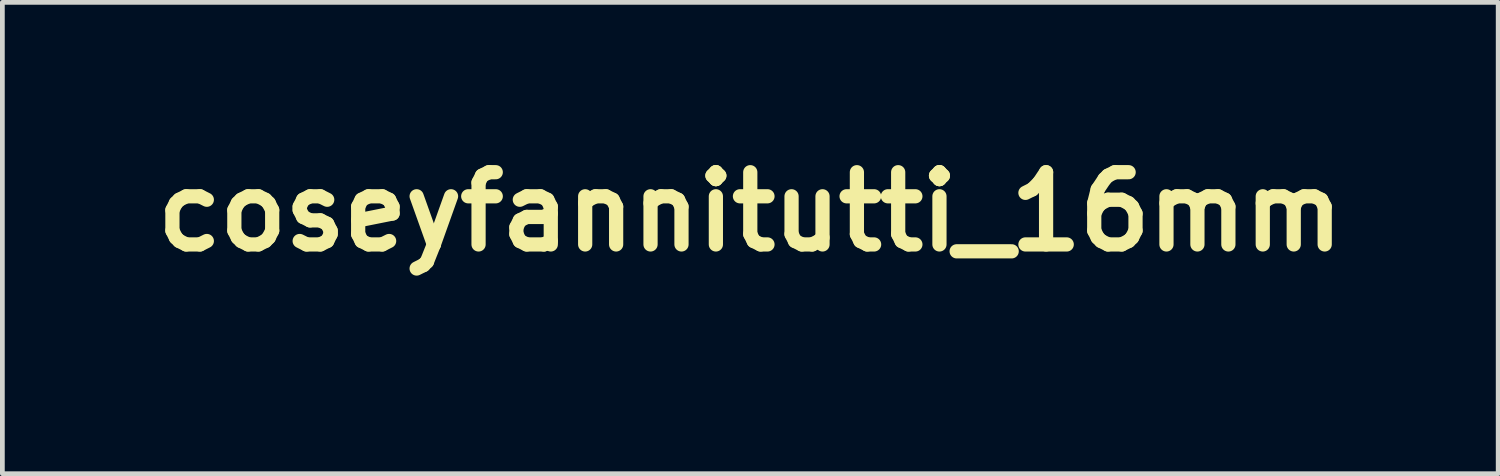
<source format=kicad_pcb>
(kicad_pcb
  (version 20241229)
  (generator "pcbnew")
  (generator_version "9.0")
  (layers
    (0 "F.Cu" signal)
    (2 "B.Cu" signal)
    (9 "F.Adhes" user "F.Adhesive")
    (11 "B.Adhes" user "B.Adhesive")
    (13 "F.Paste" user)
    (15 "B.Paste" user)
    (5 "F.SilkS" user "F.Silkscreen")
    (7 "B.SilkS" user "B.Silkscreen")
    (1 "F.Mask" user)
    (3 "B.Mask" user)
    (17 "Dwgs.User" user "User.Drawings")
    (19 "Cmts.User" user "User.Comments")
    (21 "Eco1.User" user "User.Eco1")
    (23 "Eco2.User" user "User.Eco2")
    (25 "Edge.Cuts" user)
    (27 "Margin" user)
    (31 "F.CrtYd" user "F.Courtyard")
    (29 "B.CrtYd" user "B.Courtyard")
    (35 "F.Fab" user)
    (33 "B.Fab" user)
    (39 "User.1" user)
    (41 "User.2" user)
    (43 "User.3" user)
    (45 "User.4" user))
  (footprint "coseyfannitutti_16mm"
    (layer "F.Cu")
    (at 12.78 1.418)
    (property "Reference" "coseyfannitutti_16mm" (at 0 0 180) (layer "F.SilkS") (effects (font (size 1.524 1.524) (thickness 0.3))))
    (attr through_hole)
    (fp_poly (pts (xy 0.078 0.656) (xy -0.085 0.656) (xy -0.085 0.501) (xy 0.078 0.501) (xy 0.078 0.656)) (stroke (width 0.01) (type solid)) (fill yes) (layer "F.Mask"))
    (fp_poly (pts (xy 0.078 2.039) (xy -0.085 2.039) (xy -0.085 0.896) (xy 0.078 0.896) (xy 0.078 2.039)) (stroke (width 0.01) (type solid)) (fill yes) (layer "F.Mask"))
    (fp_poly (pts (xy 3.224 0.656) (xy 3.062 0.656) (xy 3.062 0.501) (xy 3.224 0.501) (xy 3.224 0.656)) (stroke (width 0.01) (type solid)) (fill yes) (layer "F.Mask"))
    (fp_poly (pts (xy 3.224 2.039) (xy 3.062 2.039) (xy 3.062 0.896) (xy 3.224 0.896) (xy 3.224 2.039)) (stroke (width 0.01) (type solid)) (fill yes) (layer "F.Mask"))
    (fp_poly (pts (xy 0.531 0.728) (xy 0.533 0.893) (xy 0.748 0.896) (xy 0.748 1.044) (xy 0.528 1.044) (xy 0.53 1.42) (xy 0.533 1.796) (xy 0.549 1.829) (xy 0.566 1.856) (xy 0.586 1.875) (xy 0.612 1.887) (xy 0.648 1.894) (xy 0.682 1.897) (xy 0.748 1.9) (xy 0.748 2.046) (xy 0.676 2.046) (xy 0.64 2.044) (xy 0.604 2.042) (xy 0.575 2.038) (xy 0.564 2.036) (xy 0.537 2.029) (xy 0.51 2.02) (xy 0.499 2.015) (xy 0.466 1.993) (xy 0.436 1.96) (xy 0.41 1.922) (xy 0.393 1.885) (xy 0.39 1.875) (xy 0.387 1.864) (xy 0.385 1.853) (xy 0.383 1.84) (xy 0.381 1.823) (xy 0.38 1.802) (xy 0.379 1.774) (xy 0.378 1.74) (xy 0.377 1.697) (xy 0.377 1.645) (xy 0.376 1.582) (xy 0.376 1.507) (xy 0.376 1.441) (xy 0.373 1.044) (xy 0.254 1.044) (xy 0.254 0.896) (xy 0.374 0.896) (xy 0.374 0.564) (xy 0.529 0.564) (xy 0.531 0.728)) (stroke (width 0.01) (type solid)) (fill yes) (layer "F.Mask"))
    (fp_poly (pts (xy -3.041 0.586) (xy -3.115 0.586) (xy -3.157 0.586) (xy -3.188 0.589) (xy -3.212 0.595) (xy -3.23 0.605) (xy -3.247 0.619) (xy -3.263 0.638) (xy -3.274 0.664) (xy -3.282 0.697) (xy -3.286 0.74) (xy -3.288 0.795) (xy -3.288 0.802) (xy -3.288 0.896) (xy -3.041 0.896) (xy -3.041 1.03) (xy -3.288 1.03) (xy -3.288 2.039) (xy -3.45 2.039) (xy -3.45 1.03) (xy -3.57 1.03) (xy -3.57 0.896) (xy -3.51 0.896) (xy -3.483 0.896) (xy -3.462 0.895) (xy -3.451 0.895) (xy -3.449 0.894) (xy -3.449 0.887) (xy -3.448 0.868) (xy -3.447 0.839) (xy -3.445 0.803) (xy -3.443 0.766) (xy -3.441 0.717) (xy -3.439 0.68) (xy -3.436 0.652) (xy -3.432 0.63) (xy -3.427 0.611) (xy -3.423 0.598) (xy -3.398 0.551) (xy -3.362 0.509) (xy -3.319 0.475) (xy -3.293 0.462) (xy -3.275 0.454) (xy -3.258 0.448) (xy -3.24 0.444) (xy -3.218 0.442) (xy -3.187 0.44) (xy -3.146 0.439) (xy -3.145 0.439) (xy -3.041 0.436) (xy -3.041 0.586)) (stroke (width 0.01) (type solid)) (fill yes) (layer "F.Mask"))
    (fp_poly (pts (xy 2.046 0.896) (xy 2.265 0.896) (xy 2.265 1.044) (xy 2.046 1.044) (xy 2.046 1.416) (xy 2.047 1.502) (xy 2.047 1.575) (xy 2.047 1.636) (xy 2.048 1.687) (xy 2.049 1.728) (xy 2.05 1.761) (xy 2.053 1.787) (xy 2.055 1.807) (xy 2.059 1.822) (xy 2.063 1.834) (xy 2.068 1.843) (xy 2.074 1.852) (xy 2.079 1.857) (xy 2.106 1.878) (xy 2.143 1.892) (xy 2.192 1.897) (xy 2.207 1.898) (xy 2.265 1.898) (xy 2.265 2.046) (xy 2.193 2.045) (xy 2.158 2.044) (xy 2.125 2.043) (xy 2.098 2.04) (xy 2.088 2.039) (xy 2.032 2.024) (xy 1.985 1.998) (xy 1.947 1.961) (xy 1.919 1.914) (xy 1.899 1.856) (xy 1.891 1.81) (xy 1.889 1.793) (xy 1.888 1.764) (xy 1.887 1.724) (xy 1.886 1.674) (xy 1.885 1.616) (xy 1.885 1.553) (xy 1.884 1.484) (xy 1.884 1.413) (xy 1.884 1.402) (xy 1.884 1.044) (xy 1.771 1.044) (xy 1.771 0.896) (xy 1.884 0.896) (xy 1.884 0.564) (xy 2.046 0.564) (xy 2.046 0.896)) (stroke (width 0.01) (type solid)) (fill yes) (layer "F.Mask"))
    (fp_poly (pts (xy 2.639 0.896) (xy 2.857 0.896) (xy 2.857 1.044) (xy 2.639 1.044) (xy 2.639 1.414) (xy 2.639 1.498) (xy 2.639 1.569) (xy 2.639 1.628) (xy 2.64 1.676) (xy 2.641 1.715) (xy 2.642 1.746) (xy 2.643 1.77) (xy 2.644 1.788) (xy 2.646 1.801) (xy 2.649 1.811) (xy 2.65 1.814) (xy 2.666 1.847) (xy 2.688 1.872) (xy 2.719 1.887) (xy 2.759 1.896) (xy 2.799 1.898) (xy 2.857 1.898) (xy 2.857 2.046) (xy 2.785 2.045) (xy 2.75 2.044) (xy 2.717 2.043) (xy 2.69 2.04) (xy 2.68 2.039) (xy 2.624 2.024) (xy 2.578 1.998) (xy 2.54 1.962) (xy 2.511 1.915) (xy 2.493 1.865) (xy 2.49 1.855) (xy 2.488 1.842) (xy 2.486 1.826) (xy 2.484 1.806) (xy 2.483 1.78) (xy 2.482 1.747) (xy 2.481 1.706) (xy 2.48 1.656) (xy 2.48 1.595) (xy 2.479 1.522) (xy 2.478 1.437) (xy 2.478 1.434) (xy 2.476 1.044) (xy 2.364 1.044) (xy 2.364 0.896) (xy 2.477 0.896) (xy 2.477 0.564) (xy 2.639 0.564) (xy 2.639 0.896)) (stroke (width 0.01) (type solid)) (fill yes) (layer "F.Mask"))
    (fp_poly (pts (xy 1.094 1.329) (xy 1.094 1.423) (xy 1.094 1.504) (xy 1.094 1.573) (xy 1.095 1.631) (xy 1.096 1.679) (xy 1.097 1.719) (xy 1.099 1.751) (xy 1.101 1.776) (xy 1.105 1.796) (xy 1.109 1.812) (xy 1.113 1.824) (xy 1.119 1.834) (xy 1.126 1.843) (xy 1.134 1.852) (xy 1.135 1.853) (xy 1.157 1.874) (xy 1.182 1.889) (xy 1.212 1.898) (xy 1.251 1.903) (xy 1.268 1.904) (xy 1.3 1.905) (xy 1.323 1.904) (xy 1.341 1.901) (xy 1.358 1.894) (xy 1.372 1.888) (xy 1.4 1.871) (xy 1.42 1.852) (xy 1.431 1.836) (xy 1.45 1.803) (xy 1.452 1.349) (xy 1.454 0.896) (xy 1.616 0.896) (xy 1.616 2.039) (xy 1.454 2.039) (xy 1.452 1.982) (xy 1.45 1.925) (xy 1.428 1.956) (xy 1.393 1.995) (xy 1.348 2.025) (xy 1.306 2.042) (xy 1.27 2.049) (xy 1.226 2.052) (xy 1.182 2.051) (xy 1.141 2.047) (xy 1.121 2.042) (xy 1.069 2.019) (xy 1.025 1.984) (xy 0.988 1.937) (xy 0.958 1.878) (xy 0.942 1.838) (xy 0.94 1.367) (xy 0.938 0.896) (xy 1.094 0.896) (xy 1.094 1.329)) (stroke (width 0.01) (type solid)) (fill yes) (layer "F.Mask"))
    (fp_poly (pts (xy -0.554 0.885) (xy -0.498 0.904) (xy -0.452 0.932) (xy -0.415 0.971) (xy -0.386 1.02) (xy -0.365 1.08) (xy -0.353 1.135) (xy -0.352 1.154) (xy -0.35 1.187) (xy -0.349 1.234) (xy -0.348 1.293) (xy -0.347 1.364) (xy -0.346 1.448) (xy -0.346 1.542) (xy -0.346 1.612) (xy -0.346 2.039) (xy -0.508 2.039) (xy -0.508 1.608) (xy -0.508 1.505) (xy -0.509 1.414) (xy -0.509 1.336) (xy -0.51 1.271) (xy -0.511 1.219) (xy -0.513 1.181) (xy -0.514 1.157) (xy -0.516 1.148) (xy -0.533 1.103) (xy -0.561 1.069) (xy -0.599 1.044) (xy -0.647 1.029) (xy -0.677 1.025) (xy -0.728 1.026) (xy -0.774 1.036) (xy -0.811 1.055) (xy -0.824 1.066) (xy -0.837 1.079) (xy -0.847 1.092) (xy -0.857 1.105) (xy -0.864 1.121) (xy -0.871 1.141) (xy -0.876 1.164) (xy -0.88 1.193) (xy -0.883 1.229) (xy -0.885 1.272) (xy -0.887 1.324) (xy -0.888 1.386) (xy -0.889 1.458) (xy -0.889 1.543) (xy -0.889 1.638) (xy -0.889 2.039) (xy -1.044 2.039) (xy -1.044 0.896) (xy -0.891 0.896) (xy -0.886 0.918) (xy -0.884 0.937) (xy -0.882 0.964) (xy -0.882 0.983) (xy -0.882 1.026) (xy -0.862 0.994) (xy -0.825 0.949) (xy -0.78 0.914) (xy -0.727 0.89) (xy -0.669 0.877) (xy -0.606 0.877) (xy -0.554 0.885)) (stroke (width 0.01) (type solid)) (fill yes) (layer "F.Mask"))
    (fp_poly (pts (xy -1.535 0.88) (xy -1.507 0.882) (xy -1.483 0.887) (xy -1.459 0.895) (xy -1.457 0.896) (xy -1.411 0.921) (xy -1.369 0.957) (xy -1.337 1) (xy -1.331 1.011) (xy -1.324 1.026) (xy -1.317 1.041) (xy -1.311 1.057) (xy -1.307 1.074) (xy -1.303 1.095) (xy -1.299 1.119) (xy -1.296 1.149) (xy -1.294 1.185) (xy -1.292 1.228) (xy -1.291 1.28) (xy -1.29 1.341) (xy -1.288 1.414) (xy -1.287 1.498) (xy -1.286 1.593) (xy -1.282 2.039) (xy -1.446 2.039) (xy -1.448 1.596) (xy -1.448 1.503) (xy -1.449 1.422) (xy -1.449 1.353) (xy -1.45 1.295) (xy -1.451 1.247) (xy -1.453 1.207) (xy -1.455 1.176) (xy -1.458 1.15) (xy -1.461 1.13) (xy -1.466 1.115) (xy -1.472 1.103) (xy -1.479 1.093) (xy -1.487 1.084) (xy -1.497 1.075) (xy -1.507 1.066) (xy -1.543 1.042) (xy -1.585 1.028) (xy -1.635 1.024) (xy -1.658 1.025) (xy -1.709 1.034) (xy -1.751 1.055) (xy -1.784 1.087) (xy -1.808 1.129) (xy -1.819 1.168) (xy -1.821 1.184) (xy -1.823 1.211) (xy -1.824 1.25) (xy -1.825 1.301) (xy -1.826 1.364) (xy -1.827 1.439) (xy -1.827 1.529) (xy -1.827 1.624) (xy -1.827 2.039) (xy -1.99 2.039) (xy -1.99 0.896) (xy -1.827 0.896) (xy -1.827 1.033) (xy -1.807 1.002) (xy -1.767 0.952) (xy -1.719 0.914) (xy -1.69 0.898) (xy -1.669 0.889) (xy -1.65 0.883) (xy -1.63 0.88) (xy -1.604 0.879) (xy -1.573 0.879) (xy -1.535 0.88)) (stroke (width 0.01) (type solid)) (fill yes) (layer "F.Mask"))
    (fp_poly (pts (xy 6.683 0.424) (xy 6.727 0.427) (xy 6.763 0.433) (xy 6.769 0.434) (xy 6.834 0.457) (xy 6.888 0.491) (xy 6.934 0.535) (xy 6.969 0.589) (xy 6.994 0.652) (xy 7.01 0.725) (xy 7.015 0.807) (xy 7.015 0.808) (xy 7.01 0.89) (xy 6.996 0.972) (xy 6.971 1.055) (xy 6.936 1.143) (xy 6.907 1.203) (xy 6.894 1.227) (xy 6.875 1.262) (xy 6.85 1.305) (xy 6.82 1.356) (xy 6.787 1.413) (xy 6.75 1.475) (xy 6.711 1.539) (xy 6.672 1.606) (xy 6.632 1.672) (xy 6.592 1.737) (xy 6.554 1.798) (xy 6.521 1.852) (xy 6.499 1.887) (xy 6.756 1.889) (xy 7.013 1.891) (xy 7.013 2.039) (xy 6.301 2.039) (xy 6.301 1.908) (xy 6.499 1.573) (xy 6.538 1.507) (xy 6.576 1.443) (xy 6.612 1.38) (xy 6.646 1.322) (xy 6.677 1.27) (xy 6.703 1.225) (xy 6.723 1.188) (xy 6.738 1.161) (xy 6.742 1.154) (xy 6.784 1.066) (xy 6.816 0.983) (xy 6.837 0.904) (xy 6.848 0.83) (xy 6.848 0.763) (xy 6.837 0.703) (xy 6.818 0.655) (xy 6.792 0.617) (xy 6.76 0.591) (xy 6.721 0.575) (xy 6.673 0.57) (xy 6.668 0.57) (xy 6.62 0.574) (xy 6.581 0.588) (xy 6.546 0.613) (xy 6.53 0.629) (xy 6.503 0.665) (xy 6.483 0.707) (xy 6.469 0.758) (xy 6.461 0.813) (xy 6.453 0.882) (xy 6.291 0.882) (xy 6.296 0.81) (xy 6.304 0.735) (xy 6.321 0.666) (xy 6.344 0.605) (xy 6.347 0.598) (xy 6.378 0.551) (xy 6.419 0.508) (xy 6.466 0.471) (xy 6.517 0.444) (xy 6.558 0.43) (xy 6.593 0.425) (xy 6.636 0.423) (xy 6.683 0.424)) (stroke (width 0.01) (type solid)) (fill yes) (layer "F.Mask"))
    (fp_poly (pts (xy 4.839 0.423) (xy 4.883 0.426) (xy 4.92 0.432) (xy 4.928 0.434) (xy 4.992 0.457) (xy 5.048 0.491) (xy 5.093 0.536) (xy 5.129 0.591) (xy 5.156 0.656) (xy 5.162 0.677) (xy 5.169 0.717) (xy 5.173 0.766) (xy 5.174 0.82) (xy 5.171 0.874) (xy 5.165 0.923) (xy 5.162 0.942) (xy 5.153 0.979) (xy 5.143 1.015) (xy 5.132 1.051) (xy 5.118 1.088) (xy 5.102 1.127) (xy 5.082 1.169) (xy 5.058 1.217) (xy 5.029 1.269) (xy 4.995 1.329) (xy 4.956 1.397) (xy 4.91 1.474) (xy 4.857 1.561) (xy 4.846 1.58) (xy 4.659 1.887) (xy 4.915 1.889) (xy 5.172 1.891) (xy 5.172 2.039) (xy 4.459 2.039) (xy 4.459 1.909) (xy 4.668 1.556) (xy 4.708 1.489) (xy 4.746 1.423) (xy 4.782 1.361) (xy 4.816 1.303) (xy 4.846 1.25) (xy 4.872 1.205) (xy 4.893 1.168) (xy 4.908 1.141) (xy 4.914 1.129) (xy 4.952 1.046) (xy 4.98 0.967) (xy 4.999 0.892) (xy 5.008 0.823) (xy 5.007 0.771) (xy 5.002 0.727) (xy 4.993 0.693) (xy 4.98 0.663) (xy 4.965 0.638) (xy 4.935 0.604) (xy 4.899 0.582) (xy 4.854 0.571) (xy 4.828 0.57) (xy 4.78 0.574) (xy 4.741 0.587) (xy 4.707 0.611) (xy 4.689 0.629) (xy 4.663 0.663) (xy 4.644 0.702) (xy 4.63 0.749) (xy 4.621 0.806) (xy 4.62 0.812) (xy 4.612 0.882) (xy 4.452 0.882) (xy 4.452 0.834) (xy 4.455 0.788) (xy 4.463 0.737) (xy 4.475 0.685) (xy 4.489 0.638) (xy 4.502 0.609) (xy 4.536 0.554) (xy 4.58 0.506) (xy 4.631 0.467) (xy 4.687 0.44) (xy 4.717 0.431) (xy 4.75 0.425) (xy 4.793 0.423) (xy 4.839 0.423)) (stroke (width 0.01) (type solid)) (fill yes) (layer "F.Mask"))
    (fp_poly (pts (xy -4.803 0.885) (xy -4.741 0.905) (xy -4.685 0.936) (xy -4.639 0.976) (xy -4.603 1.025) (xy -4.597 1.037) (xy -4.585 1.061) (xy -4.576 1.082) (xy -4.569 1.104) (xy -4.564 1.128) (xy -4.56 1.157) (xy -4.557 1.191) (xy -4.555 1.234) (xy -4.553 1.287) (xy -4.553 1.339) (xy -4.549 1.531) (xy -5.074 1.531) (xy -5.071 1.649) (xy -5.07 1.697) (xy -5.068 1.733) (xy -5.065 1.76) (xy -5.061 1.779) (xy -5.057 1.794) (xy -5.056 1.795) (xy -5.03 1.84) (xy -4.997 1.873) (xy -4.956 1.894) (xy -4.907 1.904) (xy -4.884 1.905) (xy -4.85 1.903) (xy -4.82 1.898) (xy -4.806 1.894) (xy -4.768 1.871) (xy -4.738 1.837) (xy -4.717 1.795) (xy -4.708 1.756) (xy -4.704 1.722) (xy -4.551 1.722) (xy -4.551 1.759) (xy -4.558 1.82) (xy -4.577 1.879) (xy -4.607 1.932) (xy -4.639 1.968) (xy -4.684 2.004) (xy -4.732 2.029) (xy -4.785 2.045) (xy -4.847 2.052) (xy -4.882 2.052) (xy -4.916 2.051) (xy -4.948 2.049) (xy -4.973 2.047) (xy -4.98 2.046) (xy -5.039 2.027) (xy -5.092 1.996) (xy -5.139 1.954) (xy -5.177 1.902) (xy -5.207 1.842) (xy -5.219 1.806) (xy -5.222 1.793) (xy -5.225 1.78) (xy -5.227 1.763) (xy -5.228 1.743) (xy -5.23 1.717) (xy -5.231 1.683) (xy -5.231 1.642) (xy -5.232 1.59) (xy -5.232 1.526) (xy -5.232 1.475) (xy -5.232 1.397) (xy -5.231 1.332) (xy -5.231 1.299) (xy -5.073 1.299) (xy -5.073 1.383) (xy -4.713 1.383) (xy -4.713 1.285) (xy -4.714 1.232) (xy -4.717 1.19) (xy -4.723 1.156) (xy -4.732 1.128) (xy -4.746 1.102) (xy -4.751 1.093) (xy -4.78 1.062) (xy -4.817 1.04) (xy -4.859 1.027) (xy -4.903 1.024) (xy -4.946 1.032) (xy -4.985 1.05) (xy -5.003 1.064) (xy -5.028 1.09) (xy -5.046 1.119) (xy -5.059 1.154) (xy -5.068 1.198) (xy -5.072 1.251) (xy -5.073 1.299) (xy -5.231 1.299) (xy -5.23 1.278) (xy -5.229 1.233) (xy -5.227 1.196) (xy -5.224 1.166) (xy -5.219 1.14) (xy -5.214 1.117) (xy -5.207 1.096) (xy -5.198 1.075) (xy -5.188 1.052) (xy -5.185 1.047) (xy -5.152 0.993) (xy -5.109 0.948) (xy -5.058 0.914) (xy -5 0.89) (xy -4.935 0.877) (xy -4.866 0.876) (xy -4.803 0.885)) (stroke (width 0.01) (type solid)) (fill yes) (layer "F.Mask"))
    (fp_poly (pts (xy -7.375 0.877) (xy -7.303 0.888) (xy -7.24 0.91) (xy -7.185 0.942) (xy -7.139 0.984) (xy -7.104 1.036) (xy -7.083 1.082) (xy -7.078 1.103) (xy -7.072 1.131) (xy -7.067 1.162) (xy -7.063 1.192) (xy -7.06 1.218) (xy -7.06 1.237) (xy -7.062 1.246) (xy -7.07 1.247) (xy -7.089 1.248) (xy -7.115 1.249) (xy -7.137 1.249) (xy -7.209 1.249) (xy -7.214 1.202) (xy -7.221 1.156) (xy -7.235 1.119) (xy -7.255 1.089) (xy -7.262 1.081) (xy -7.29 1.056) (xy -7.318 1.039) (xy -7.351 1.03) (xy -7.392 1.027) (xy -7.405 1.027) (xy -7.451 1.029) (xy -7.487 1.038) (xy -7.517 1.053) (xy -7.543 1.077) (xy -7.549 1.084) (xy -7.559 1.097) (xy -7.567 1.109) (xy -7.574 1.121) (xy -7.579 1.136) (xy -7.583 1.155) (xy -7.586 1.178) (xy -7.589 1.208) (xy -7.59 1.246) (xy -7.591 1.292) (xy -7.592 1.349) (xy -7.592 1.418) (xy -7.592 1.474) (xy -7.592 1.774) (xy -7.575 1.81) (xy -7.55 1.85) (xy -7.518 1.878) (xy -7.477 1.896) (xy -7.427 1.904) (xy -7.409 1.905) (xy -7.364 1.903) (xy -7.328 1.895) (xy -7.297 1.881) (xy -7.269 1.859) (xy -7.266 1.856) (xy -7.237 1.818) (xy -7.218 1.772) (xy -7.211 1.724) (xy -7.211 1.724) (xy -7.211 1.7) (xy -7.056 1.7) (xy -7.056 1.72) (xy -7.061 1.776) (xy -7.076 1.834) (xy -7.098 1.889) (xy -7.127 1.936) (xy -7.15 1.963) (xy -7.189 1.994) (xy -7.236 2.021) (xy -7.287 2.04) (xy -7.308 2.045) (xy -7.342 2.05) (xy -7.383 2.052) (xy -7.428 2.052) (xy -7.471 2.05) (xy -7.506 2.045) (xy -7.52 2.042) (xy -7.584 2.019) (xy -7.638 1.986) (xy -7.682 1.942) (xy -7.716 1.889) (xy -7.74 1.826) (xy -7.741 1.824) (xy -7.743 1.812) (xy -7.745 1.796) (xy -7.747 1.774) (xy -7.748 1.745) (xy -7.749 1.707) (xy -7.75 1.66) (xy -7.75 1.602) (xy -7.75 1.532) (xy -7.751 1.464) (xy -7.751 1.388) (xy -7.75 1.325) (xy -7.75 1.273) (xy -7.75 1.231) (xy -7.749 1.197) (xy -7.748 1.171) (xy -7.747 1.151) (xy -7.745 1.135) (xy -7.743 1.122) (xy -7.74 1.111) (xy -7.737 1.101) (xy -7.734 1.094) (xy -7.705 1.03) (xy -7.666 0.977) (xy -7.619 0.935) (xy -7.563 0.904) (xy -7.5 0.884) (xy -7.428 0.876) (xy -7.375 0.877)) (stroke (width 0.01) (type solid)) (fill yes) (layer "F.Mask"))
    (fp_poly (pts (xy -4.231 0.933) (xy -4.227 0.948) (xy -4.219 0.975) (xy -4.209 1.012) (xy -4.196 1.058) (xy -4.182 1.111) (xy -4.166 1.17) (xy -4.149 1.232) (xy -4.132 1.295) (xy -4.115 1.36) (xy -4.097 1.423) (xy -4.081 1.483) (xy -4.066 1.538) (xy -4.053 1.588) (xy -4.042 1.629) (xy -4.033 1.661) (xy -4.028 1.679) (xy -4.021 1.707) (xy -4.014 1.731) (xy -4.009 1.746) (xy -4.008 1.749) (xy -4.005 1.744) (xy -4 1.726) (xy -3.991 1.697) (xy -3.98 1.658) (xy -3.967 1.609) (xy -3.952 1.553) (xy -3.936 1.489) (xy -3.918 1.42) (xy -3.899 1.346) (xy -3.895 1.327) (xy -3.787 0.896) (xy -3.707 0.896) (xy -3.67 0.896) (xy -3.645 0.898) (xy -3.631 0.9) (xy -3.627 0.904) (xy -3.627 0.905) (xy -3.628 0.916) (xy -3.633 0.936) (xy -3.64 0.961) (xy -3.64 0.963) (xy -3.644 0.977) (xy -3.651 1.003) (xy -3.661 1.041) (xy -3.674 1.09) (xy -3.69 1.148) (xy -3.708 1.215) (xy -3.728 1.289) (xy -3.749 1.37) (xy -3.772 1.456) (xy -3.797 1.546) (xy -3.822 1.64) (xy -3.831 1.675) (xy -3.856 1.77) (xy -3.881 1.861) (xy -3.905 1.948) (xy -3.927 2.029) (xy -3.948 2.105) (xy -3.967 2.172) (xy -3.984 2.232) (xy -3.998 2.282) (xy -4.01 2.322) (xy -4.018 2.351) (xy -4.024 2.367) (xy -4.025 2.37) (xy -4.053 2.414) (xy -4.089 2.449) (xy -4.135 2.477) (xy -4.191 2.497) (xy -4.259 2.511) (xy -4.295 2.516) (xy -4.339 2.521) (xy -4.339 2.366) (xy -4.295 2.362) (xy -4.243 2.352) (xy -4.199 2.329) (xy -4.162 2.295) (xy -4.135 2.252) (xy -4.127 2.233) (xy -4.118 2.205) (xy -4.107 2.171) (xy -4.097 2.133) (xy -4.087 2.096) (xy -4.079 2.062) (xy -4.073 2.035) (xy -4.071 2.018) (xy -4.071 2.018) (xy -4.073 2.009) (xy -4.079 1.987) (xy -4.088 1.954) (xy -4.101 1.91) (xy -4.116 1.857) (xy -4.134 1.796) (xy -4.154 1.728) (xy -4.176 1.653) (xy -4.2 1.573) (xy -4.226 1.49) (xy -4.237 1.452) (xy -4.263 1.367) (xy -4.287 1.286) (xy -4.31 1.21) (xy -4.331 1.14) (xy -4.35 1.077) (xy -4.366 1.022) (xy -4.38 0.976) (xy -4.391 0.94) (xy -4.398 0.915) (xy -4.402 0.902) (xy -4.403 0.9) (xy -4.396 0.898) (xy -4.378 0.897) (xy -4.352 0.896) (xy -4.322 0.896) (xy -4.241 0.896) (xy -4.231 0.933)) (stroke (width 0.01) (type solid)) (fill yes) (layer "F.Mask"))
    (fp_poly (pts (xy -5.694 0.877) (xy -5.634 0.888) (xy -5.579 0.906) (xy -5.53 0.932) (xy -5.499 0.958) (xy -5.472 0.992) (xy -5.449 1.036) (xy -5.433 1.085) (xy -5.426 1.115) (xy -5.421 1.149) (xy -5.419 1.171) (xy -5.422 1.184) (xy -5.433 1.19) (xy -5.453 1.192) (xy -5.485 1.192) (xy -5.493 1.192) (xy -5.567 1.192) (xy -5.567 1.173) (xy -5.573 1.131) (xy -5.589 1.092) (xy -5.613 1.058) (xy -5.643 1.032) (xy -5.664 1.022) (xy -5.694 1.015) (xy -5.731 1.013) (xy -5.77 1.014) (xy -5.806 1.02) (xy -5.832 1.029) (xy -5.869 1.055) (xy -5.896 1.091) (xy -5.912 1.135) (xy -5.919 1.186) (xy -5.918 1.211) (xy -5.91 1.255) (xy -5.893 1.291) (xy -5.867 1.322) (xy -5.829 1.348) (xy -5.779 1.37) (xy -5.753 1.379) (xy -5.686 1.4) (xy -5.632 1.418) (xy -5.588 1.434) (xy -5.553 1.448) (xy -5.525 1.46) (xy -5.503 1.472) (xy -5.485 1.485) (xy -5.47 1.499) (xy -5.456 1.514) (xy -5.446 1.526) (xy -5.418 1.572) (xy -5.4 1.626) (xy -5.391 1.689) (xy -5.39 1.718) (xy -5.395 1.793) (xy -5.408 1.858) (xy -5.43 1.913) (xy -5.462 1.958) (xy -5.503 1.995) (xy -5.555 2.024) (xy -5.58 2.034) (xy -5.602 2.04) (xy -5.628 2.045) (xy -5.66 2.048) (xy -5.702 2.05) (xy -5.715 2.05) (xy -5.752 2.05) (xy -5.785 2.05) (xy -5.811 2.05) (xy -5.826 2.049) (xy -5.828 2.049) (xy -5.894 2.031) (xy -5.949 2.003) (xy -5.995 1.966) (xy -6.03 1.919) (xy -6.057 1.862) (xy -6.074 1.795) (xy -6.079 1.759) (xy -6.083 1.714) (xy -5.936 1.714) (xy -5.931 1.755) (xy -5.919 1.807) (xy -5.897 1.849) (xy -5.865 1.882) (xy -5.823 1.905) (xy -5.772 1.917) (xy -5.733 1.919) (xy -5.675 1.914) (xy -5.627 1.898) (xy -5.589 1.873) (xy -5.561 1.837) (xy -5.544 1.793) (xy -5.537 1.738) (xy -5.537 1.728) (xy -5.539 1.691) (xy -5.544 1.663) (xy -5.548 1.654) (xy -5.569 1.623) (xy -5.601 1.595) (xy -5.643 1.571) (xy -5.698 1.549) (xy -5.74 1.535) (xy -5.789 1.52) (xy -5.837 1.503) (xy -5.88 1.486) (xy -5.916 1.47) (xy -5.941 1.457) (xy -5.969 1.435) (xy -5.997 1.406) (xy -6.022 1.375) (xy -6.039 1.346) (xy -6.04 1.345) (xy -6.057 1.292) (xy -6.065 1.234) (xy -6.065 1.173) (xy -6.057 1.113) (xy -6.041 1.056) (xy -6.018 1.005) (xy -5.988 0.962) (xy -5.972 0.947) (xy -5.928 0.916) (xy -5.876 0.895) (xy -5.818 0.881) (xy -5.756 0.875) (xy -5.694 0.877)) (stroke (width 0.01) (type solid)) (fill yes) (layer "F.Mask"))
    (fp_poly (pts (xy -6.501 0.881) (xy -6.436 0.898) (xy -6.38 0.926) (xy -6.333 0.964) (xy -6.295 1.011) (xy -6.268 1.068) (xy -6.251 1.133) (xy -6.251 1.134) (xy -6.249 1.156) (xy -6.247 1.193) (xy -6.246 1.243) (xy -6.245 1.306) (xy -6.245 1.382) (xy -6.245 1.47) (xy -6.246 1.497) (xy -6.246 1.572) (xy -6.247 1.634) (xy -6.247 1.684) (xy -6.248 1.725) (xy -6.249 1.758) (xy -6.25 1.783) (xy -6.252 1.803) (xy -6.254 1.818) (xy -6.257 1.831) (xy -6.26 1.842) (xy -6.263 1.853) (xy -6.264 1.856) (xy -6.292 1.915) (xy -6.33 1.964) (xy -6.377 2.004) (xy -6.433 2.032) (xy -6.465 2.041) (xy -6.507 2.048) (xy -6.554 2.051) (xy -6.601 2.052) (xy -6.644 2.049) (xy -6.679 2.043) (xy -6.68 2.043) (xy -6.742 2.019) (xy -6.795 1.985) (xy -6.837 1.942) (xy -6.868 1.89) (xy -6.889 1.828) (xy -6.889 1.827) (xy -6.892 1.807) (xy -6.895 1.775) (xy -6.897 1.733) (xy -6.899 1.682) (xy -6.9 1.625) (xy -6.901 1.586) (xy -6.744 1.586) (xy -6.744 1.637) (xy -6.744 1.678) (xy -6.743 1.711) (xy -6.742 1.736) (xy -6.741 1.756) (xy -6.739 1.771) (xy -6.736 1.784) (xy -6.734 1.79) (xy -6.716 1.835) (xy -6.691 1.868) (xy -6.658 1.891) (xy -6.615 1.902) (xy -6.577 1.905) (xy -6.543 1.903) (xy -6.513 1.898) (xy -6.5 1.894) (xy -6.465 1.874) (xy -6.437 1.844) (xy -6.425 1.824) (xy -6.422 1.817) (xy -6.419 1.81) (xy -6.416 1.801) (xy -6.414 1.789) (xy -6.413 1.773) (xy -6.412 1.752) (xy -6.411 1.723) (xy -6.41 1.687) (xy -6.41 1.641) (xy -6.41 1.585) (xy -6.41 1.517) (xy -6.41 1.464) (xy -6.41 1.132) (xy -6.43 1.099) (xy -6.458 1.064) (xy -6.495 1.04) (xy -6.541 1.027) (xy -6.557 1.025) (xy -6.609 1.026) (xy -6.654 1.039) (xy -6.691 1.064) (xy -6.719 1.099) (xy -6.727 1.115) (xy -6.73 1.123) (xy -6.733 1.132) (xy -6.736 1.143) (xy -6.738 1.157) (xy -6.739 1.176) (xy -6.74 1.201) (xy -6.741 1.233) (xy -6.742 1.274) (xy -6.743 1.326) (xy -6.743 1.389) (xy -6.744 1.449) (xy -6.744 1.524) (xy -6.744 1.586) (xy -6.901 1.586) (xy -6.901 1.563) (xy -6.901 1.498) (xy -6.901 1.432) (xy -6.901 1.367) (xy -6.9 1.305) (xy -6.899 1.248) (xy -6.897 1.196) (xy -6.895 1.153) (xy -6.893 1.121) (xy -6.89 1.1) (xy -6.89 1.097) (xy -6.867 1.036) (xy -6.834 0.984) (xy -6.791 0.942) (xy -6.739 0.909) (xy -6.678 0.887) (xy -6.61 0.876) (xy -6.573 0.875) (xy -6.501 0.881)) (stroke (width 0.01) (type solid)) (fill yes) (layer "F.Mask"))
    (fp_poly (pts (xy -2.47 0.887) (xy -2.407 0.905) (xy -2.353 0.934) (xy -2.309 0.973) (xy -2.273 1.023) (xy -2.249 1.072) (xy -2.246 1.08) (xy -2.243 1.088) (xy -2.241 1.097) (xy -2.239 1.108) (xy -2.237 1.122) (xy -2.236 1.14) (xy -2.235 1.164) (xy -2.234 1.194) (xy -2.233 1.232) (xy -2.233 1.278) (xy -2.232 1.334) (xy -2.232 1.401) (xy -2.231 1.48) (xy -2.231 1.572) (xy -2.231 1.575) (xy -2.229 2.039) (xy -2.378 2.039) (xy -2.378 1.938) (xy -2.399 1.967) (xy -2.429 1.998) (xy -2.47 2.024) (xy -2.519 2.043) (xy -2.52 2.043) (xy -2.55 2.048) (xy -2.589 2.051) (xy -2.631 2.052) (xy -2.673 2.051) (xy -2.709 2.047) (xy -2.731 2.043) (xy -2.786 2.022) (xy -2.831 1.992) (xy -2.867 1.952) (xy -2.893 1.902) (xy -2.911 1.841) (xy -2.92 1.77) (xy -2.921 1.728) (xy -2.921 1.722) (xy -2.775 1.722) (xy -2.773 1.781) (xy -2.764 1.828) (xy -2.747 1.866) (xy -2.723 1.896) (xy -2.705 1.91) (xy -2.67 1.926) (xy -2.627 1.935) (xy -2.58 1.937) (xy -2.534 1.933) (xy -2.491 1.922) (xy -2.485 1.919) (xy -2.447 1.897) (xy -2.419 1.869) (xy -2.398 1.832) (xy -2.392 1.819) (xy -2.388 1.807) (xy -2.385 1.792) (xy -2.383 1.774) (xy -2.382 1.749) (xy -2.381 1.715) (xy -2.38 1.672) (xy -2.379 1.631) (xy -2.377 1.466) (xy -2.509 1.469) (xy -2.556 1.47) (xy -2.591 1.471) (xy -2.616 1.472) (xy -2.634 1.474) (xy -2.648 1.477) (xy -2.659 1.482) (xy -2.671 1.488) (xy -2.676 1.491) (xy -2.712 1.518) (xy -2.74 1.554) (xy -2.759 1.599) (xy -2.771 1.654) (xy -2.775 1.72) (xy -2.775 1.722) (xy -2.921 1.722) (xy -2.917 1.651) (xy -2.906 1.585) (xy -2.886 1.528) (xy -2.858 1.478) (xy -2.832 1.447) (xy -2.806 1.421) (xy -2.779 1.401) (xy -2.749 1.385) (xy -2.713 1.373) (xy -2.671 1.364) (xy -2.62 1.357) (xy -2.557 1.353) (xy -2.516 1.351) (xy -2.376 1.346) (xy -2.379 1.239) (xy -2.38 1.196) (xy -2.382 1.165) (xy -2.384 1.143) (xy -2.388 1.126) (xy -2.393 1.112) (xy -2.397 1.104) (xy -2.424 1.065) (xy -2.458 1.037) (xy -2.5 1.019) (xy -2.552 1.011) (xy -2.556 1.01) (xy -2.603 1.011) (xy -2.641 1.019) (xy -2.673 1.036) (xy -2.701 1.062) (xy -2.729 1.103) (xy -2.743 1.148) (xy -2.745 1.174) (xy -2.745 1.199) (xy -2.9 1.199) (xy -2.9 1.173) (xy -2.898 1.152) (xy -2.894 1.124) (xy -2.889 1.101) (xy -2.868 1.04) (xy -2.837 0.989) (xy -2.795 0.946) (xy -2.744 0.913) (xy -2.685 0.89) (xy -2.618 0.878) (xy -2.544 0.877) (xy -2.47 0.887)) (stroke (width 0.01) (type solid)) (fill yes) (layer "F.Mask"))
    (fp_poly (pts (xy 5.801 0.426) (xy 5.856 0.435) (xy 5.904 0.452) (xy 5.947 0.476) (xy 5.989 0.511) (xy 5.99 0.512) (xy 6.031 0.559) (xy 6.061 0.615) (xy 6.078 0.668) (xy 6.081 0.684) (xy 6.083 0.712) (xy 6.084 0.752) (xy 6.086 0.802) (xy 6.087 0.86) (xy 6.088 0.926) (xy 6.089 0.997) (xy 6.09 1.073) (xy 6.09 1.151) (xy 6.09 1.231) (xy 6.09 1.311) (xy 6.09 1.39) (xy 6.089 1.466) (xy 6.088 1.537) (xy 6.087 1.604) (xy 6.086 1.663) (xy 6.084 1.715) (xy 6.083 1.756) (xy 6.081 1.787) (xy 6.078 1.805) (xy 6.078 1.806) (xy 6.056 1.87) (xy 6.023 1.926) (xy 5.98 1.973) (xy 5.927 2.01) (xy 5.864 2.037) (xy 5.844 2.043) (xy 5.811 2.048) (xy 5.769 2.052) (xy 5.723 2.052) (xy 5.677 2.051) (xy 5.638 2.046) (xy 5.617 2.042) (xy 5.56 2.021) (xy 5.507 1.989) (xy 5.462 1.95) (xy 5.427 1.905) (xy 5.418 1.889) (xy 5.409 1.868) (xy 5.399 1.84) (xy 5.39 1.809) (xy 5.39 1.808) (xy 5.387 1.797) (xy 5.385 1.786) (xy 5.383 1.773) (xy 5.382 1.758) (xy 5.38 1.739) (xy 5.379 1.715) (xy 5.378 1.686) (xy 5.378 1.65) (xy 5.377 1.606) (xy 5.377 1.553) (xy 5.377 1.49) (xy 5.376 1.416) (xy 5.376 1.33) (xy 5.376 1.238) (xy 5.376 1.14) (xy 5.376 1.055) (xy 5.377 0.982) (xy 5.377 0.92) (xy 5.377 0.868) (xy 5.378 0.824) (xy 5.378 0.789) (xy 5.379 0.76) (xy 5.38 0.736) (xy 5.381 0.723) (xy 5.535 0.723) (xy 5.535 1.235) (xy 5.535 1.333) (xy 5.535 1.417) (xy 5.535 1.49) (xy 5.536 1.552) (xy 5.536 1.604) (xy 5.537 1.646) (xy 5.537 1.681) (xy 5.538 1.709) (xy 5.539 1.731) (xy 5.541 1.747) (xy 5.542 1.76) (xy 5.544 1.77) (xy 5.546 1.778) (xy 5.547 1.782) (xy 5.57 1.828) (xy 5.601 1.864) (xy 5.641 1.888) (xy 5.69 1.902) (xy 5.733 1.905) (xy 5.767 1.904) (xy 5.793 1.9) (xy 5.817 1.892) (xy 5.824 1.888) (xy 5.862 1.865) (xy 5.891 1.835) (xy 5.914 1.796) (xy 5.93 1.76) (xy 5.93 0.716) (xy 5.914 0.679) (xy 5.893 0.645) (xy 5.865 0.614) (xy 5.834 0.59) (xy 5.811 0.579) (xy 5.777 0.572) (xy 5.736 0.569) (xy 5.695 0.572) (xy 5.664 0.578) (xy 5.624 0.596) (xy 5.588 0.626) (xy 5.561 0.663) (xy 5.551 0.683) (xy 5.535 0.723) (xy 5.381 0.723) (xy 5.382 0.718) (xy 5.383 0.703) (xy 5.385 0.69) (xy 5.388 0.679) (xy 5.39 0.668) (xy 5.39 0.667) (xy 5.409 0.61) (xy 5.433 0.563) (xy 5.465 0.523) (xy 5.48 0.508) (xy 5.524 0.474) (xy 5.571 0.449) (xy 5.624 0.433) (xy 5.685 0.424) (xy 5.735 0.423) (xy 5.801 0.426)) (stroke (width 0.01) (type solid)) (fill yes) (layer "F.Mask"))
    (fp_poly (pts (xy 7.634 0.426) (xy 7.674 0.43) (xy 7.692 0.434) (xy 7.754 0.457) (xy 7.809 0.491) (xy 7.854 0.536) (xy 7.89 0.59) (xy 7.915 0.653) (xy 7.92 0.672) (xy 7.922 0.682) (xy 7.924 0.696) (xy 7.925 0.714) (xy 7.926 0.738) (xy 7.927 0.767) (xy 7.928 0.804) (xy 7.929 0.849) (xy 7.929 0.903) (xy 7.93 0.967) (xy 7.93 1.043) (xy 7.93 1.13) (xy 7.93 1.231) (xy 7.93 1.238) (xy 7.93 1.341) (xy 7.93 1.431) (xy 7.93 1.509) (xy 7.93 1.576) (xy 7.929 1.632) (xy 7.928 1.68) (xy 7.927 1.72) (xy 7.925 1.753) (xy 7.922 1.78) (xy 7.92 1.803) (xy 7.916 1.821) (xy 7.912 1.837) (xy 7.907 1.851) (xy 7.901 1.864) (xy 7.895 1.878) (xy 7.891 1.885) (xy 7.857 1.936) (xy 7.813 1.98) (xy 7.759 2.015) (xy 7.698 2.039) (xy 7.687 2.042) (xy 7.653 2.048) (xy 7.611 2.052) (xy 7.565 2.052) (xy 7.52 2.051) (xy 7.48 2.047) (xy 7.46 2.042) (xy 7.396 2.019) (xy 7.342 1.986) (xy 7.297 1.943) (xy 7.261 1.889) (xy 7.237 1.837) (xy 7.221 1.796) (xy 7.221 1.242) (xy 7.221 1.14) (xy 7.221 1.051) (xy 7.222 1.002) (xy 7.374 1.002) (xy 7.374 1.079) (xy 7.374 1.168) (xy 7.375 1.266) (xy 7.375 1.362) (xy 7.376 1.444) (xy 7.376 1.515) (xy 7.377 1.574) (xy 7.377 1.623) (xy 7.378 1.664) (xy 7.379 1.697) (xy 7.38 1.722) (xy 7.381 1.742) (xy 7.383 1.758) (xy 7.385 1.769) (xy 7.387 1.778) (xy 7.389 1.785) (xy 7.389 1.785) (xy 7.413 1.832) (xy 7.446 1.866) (xy 7.487 1.89) (xy 7.537 1.903) (xy 7.574 1.905) (xy 7.609 1.904) (xy 7.635 1.9) (xy 7.658 1.892) (xy 7.666 1.888) (xy 7.704 1.865) (xy 7.733 1.835) (xy 7.755 1.796) (xy 7.772 1.76) (xy 7.772 0.716) (xy 7.755 0.679) (xy 7.731 0.64) (xy 7.697 0.606) (xy 7.659 0.582) (xy 7.657 0.581) (xy 7.63 0.574) (xy 7.595 0.57) (xy 7.557 0.57) (xy 7.521 0.574) (xy 7.494 0.58) (xy 7.491 0.581) (xy 7.457 0.601) (xy 7.426 0.629) (xy 7.403 0.66) (xy 7.401 0.663) (xy 7.396 0.675) (xy 7.391 0.687) (xy 7.387 0.701) (xy 7.384 0.718) (xy 7.381 0.739) (xy 7.379 0.764) (xy 7.377 0.796) (xy 7.376 0.834) (xy 7.375 0.881) (xy 7.374 0.937) (xy 7.374 1.002) (xy 7.222 1.002) (xy 7.222 0.975) (xy 7.222 0.909) (xy 7.222 0.854) (xy 7.223 0.808) (xy 7.223 0.77) (xy 7.224 0.74) (xy 7.225 0.716) (xy 7.226 0.696) (xy 7.227 0.682) (xy 7.229 0.67) (xy 7.231 0.661) (xy 7.233 0.653) (xy 7.235 0.649) (xy 7.252 0.605) (xy 7.27 0.569) (xy 7.293 0.538) (xy 7.311 0.518) (xy 7.351 0.484) (xy 7.401 0.455) (xy 7.454 0.434) (xy 7.467 0.431) (xy 7.501 0.426) (xy 7.543 0.423) (xy 7.589 0.423) (xy 7.634 0.426)) (stroke (width 0.01) (type solid)) (fill yes) (layer "F.Mask")))
  (gr_rect
    (start -3 -3)
    (end 28.56 6.944)
    (stroke (width 0.1) (type default))
    (fill no)
    (layer "Edge.Cuts")))
</source>
